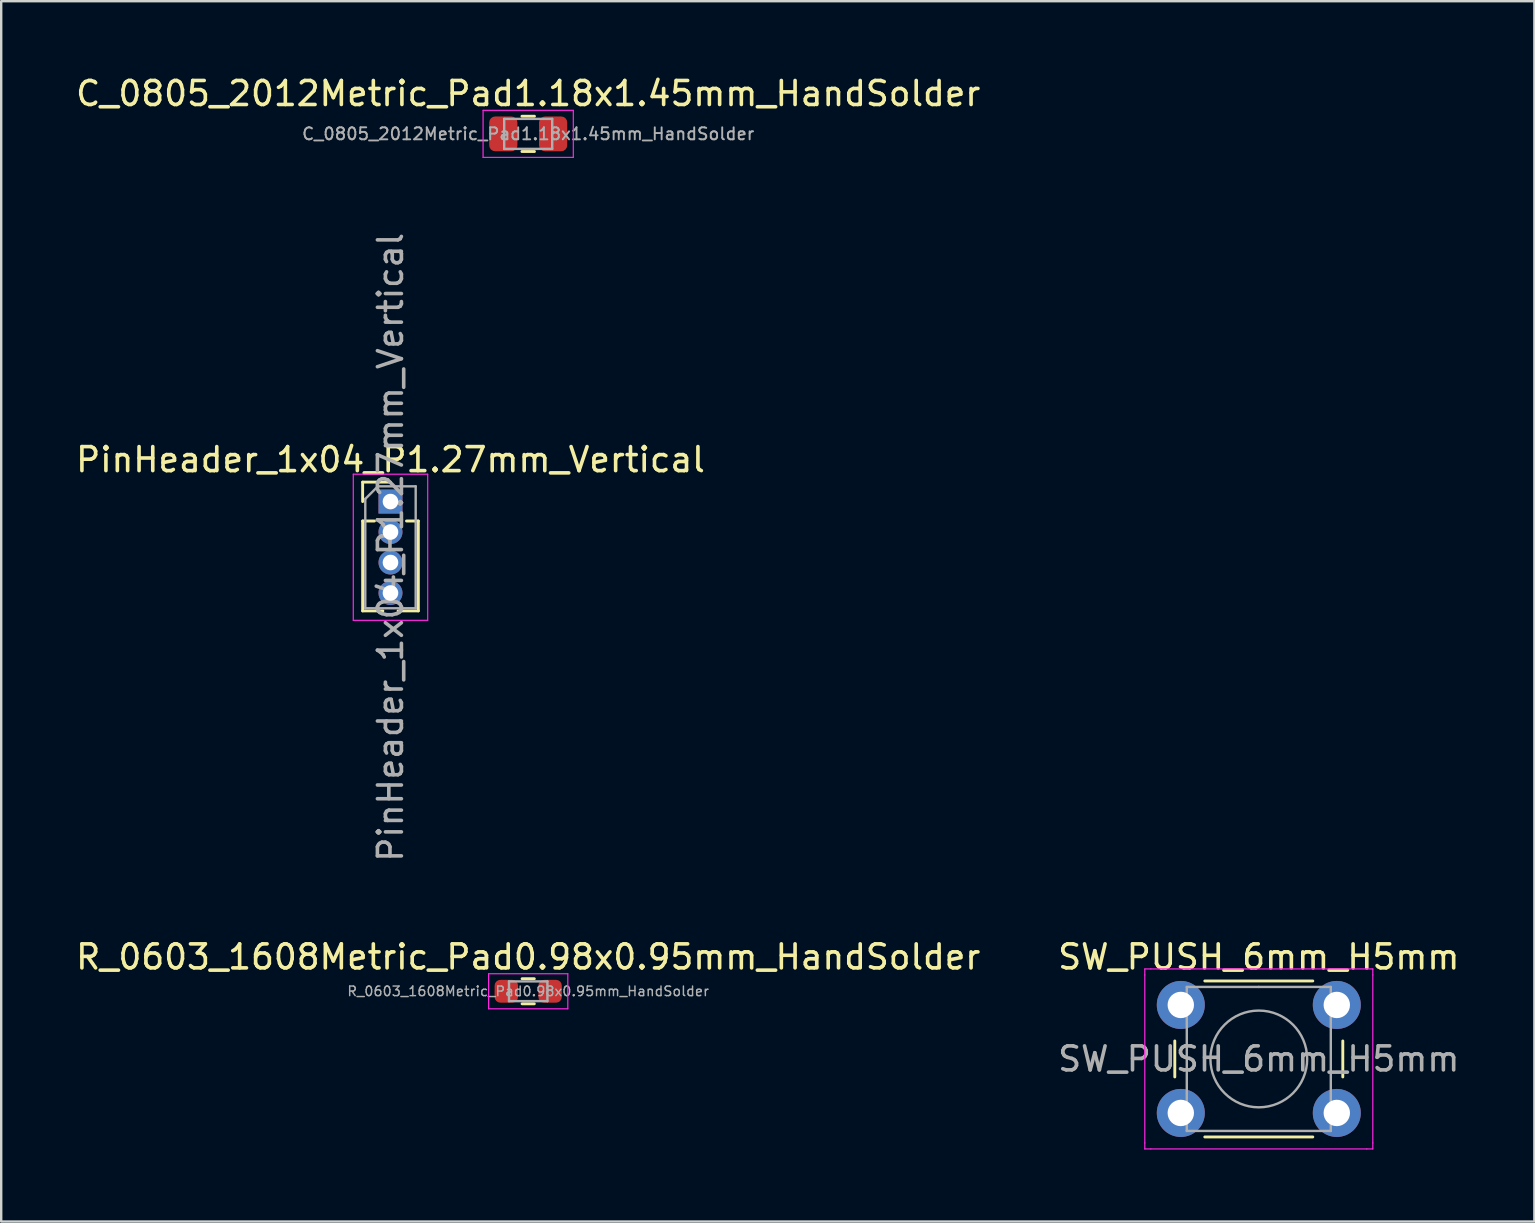
<source format=kicad_pcb>
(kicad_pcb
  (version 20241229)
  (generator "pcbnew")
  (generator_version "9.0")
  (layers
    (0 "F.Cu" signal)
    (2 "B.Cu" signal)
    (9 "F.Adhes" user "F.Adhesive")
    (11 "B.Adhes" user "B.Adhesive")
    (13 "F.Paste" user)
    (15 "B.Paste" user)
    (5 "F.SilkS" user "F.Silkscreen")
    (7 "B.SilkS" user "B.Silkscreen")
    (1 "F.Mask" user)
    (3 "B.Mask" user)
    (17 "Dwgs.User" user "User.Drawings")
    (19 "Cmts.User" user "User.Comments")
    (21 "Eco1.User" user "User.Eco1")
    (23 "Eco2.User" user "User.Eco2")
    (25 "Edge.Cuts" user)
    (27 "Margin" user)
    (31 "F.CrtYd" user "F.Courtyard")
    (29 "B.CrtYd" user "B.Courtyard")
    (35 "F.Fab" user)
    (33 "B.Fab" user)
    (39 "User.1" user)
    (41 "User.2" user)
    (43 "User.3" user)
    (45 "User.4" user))
  (footprint "SW_PUSH_6mm_H5mm"
    (layer "F.Cu")
    (at 46.149 38.822)
    (property "Reference" "SW_PUSH_6mm_H5mm" (at 3.25 -2 0) (layer "F.SilkS") (effects (font (size 1 1) (thickness 0.15))))
    (attr through_hole)
    (fp_line (start -0.25 1.5) (end -0.25 3) (stroke (width 0.12) (type solid)) (layer "F.SilkS"))
    (fp_line (start 1 5.5) (end 5.5 5.5) (stroke (width 0.12) (type solid)) (layer "F.SilkS"))
    (fp_line (start 5.5 -1) (end 1 -1) (stroke (width 0.12) (type solid)) (layer "F.SilkS"))
    (fp_line (start 6.75 3) (end 6.75 1.5) (stroke (width 0.12) (type solid)) (layer "F.SilkS"))
    (fp_line (start -1.5 -1.5) (end -1.25 -1.5) (stroke (width 0.05) (type solid)) (layer "F.CrtYd"))
    (fp_line (start -1.5 -1.25) (end -1.5 -1.5) (stroke (width 0.05) (type solid)) (layer "F.CrtYd"))
    (fp_line (start -1.5 5.75) (end -1.5 -1.25) (stroke (width 0.05) (type solid)) (layer "F.CrtYd"))
    (fp_line (start -1.5 5.75) (end -1.5 6) (stroke (width 0.05) (type solid)) (layer "F.CrtYd"))
    (fp_line (start -1.5 6) (end -1.25 6) (stroke (width 0.05) (type solid)) (layer "F.CrtYd"))
    (fp_line (start -1.25 -1.5) (end 7.75 -1.5) (stroke (width 0.05) (type solid)) (layer "F.CrtYd"))
    (fp_line (start 7.75 -1.5) (end 8 -1.5) (stroke (width 0.05) (type solid)) (layer "F.CrtYd"))
    (fp_line (start 7.75 6) (end -1.25 6) (stroke (width 0.05) (type solid)) (layer "F.CrtYd"))
    (fp_line (start 7.75 6) (end 8 6) (stroke (width 0.05) (type solid)) (layer "F.CrtYd"))
    (fp_line (start 8 -1.5) (end 8 -1.25) (stroke (width 0.05) (type solid)) (layer "F.CrtYd"))
    (fp_line (start 8 -1.25) (end 8 5.75) (stroke (width 0.05) (type solid)) (layer "F.CrtYd"))
    (fp_line (start 8 6) (end 8 5.75) (stroke (width 0.05) (type solid)) (layer "F.CrtYd"))
    (fp_line (start 0.25 -0.75) (end 3.25 -0.75) (stroke (width 0.1) (type solid)) (layer "F.Fab"))
    (fp_line (start 0.25 5.25) (end 0.25 -0.75) (stroke (width 0.1) (type solid)) (layer "F.Fab"))
    (fp_line (start 3.25 -0.75) (end 6.25 -0.75) (stroke (width 0.1) (type solid)) (layer "F.Fab"))
    (fp_line (start 6.25 -0.75) (end 6.25 5.25) (stroke (width 0.1) (type solid)) (layer "F.Fab"))
    (fp_line (start 6.25 5.25) (end 0.25 5.25) (stroke (width 0.1) (type solid)) (layer "F.Fab"))
    (fp_circle (center 3.25 2.25) (end 1.25 2.5) (stroke (width 0.1) (type solid)) (fill no) (layer "F.Fab"))
    (fp_text user "${REFERENCE}" (at 3.25 2.25 0) (layer "F.Fab") (effects (font (size 1 1) (thickness 0.15))))
    (pad "1" thru_hole circle (at 0 0 90) (size 2 2) (drill 1.1) (layers "*.Cu" "*.Mask"))
    (pad "1" thru_hole circle (at 6.5 0 90) (size 2 2) (drill 1.1) (layers "*.Cu" "*.Mask"))
    (pad "2" thru_hole circle (at 0 4.5 90) (size 2 2) (drill 1.1) (layers "*.Cu" "*.Mask"))
    (pad "2" thru_hole circle (at 6.5 4.5 90) (size 2 2) (drill 1.1) (layers "*.Cu" "*.Mask")))
  (footprint "PinHeader_1x04_P1.27mm_Vertical"
    (layer "F.Cu")
    (at 13.22 17.848)
    (property "Reference" "PinHeader_1x04_P1.27mm_Vertical" (at 0 -1.745 0) (layer "F.SilkS") (effects (font (size 1 1) (thickness 0.15))))
    (attr through_hole)
    (fp_line (start -1.16 -0.81) (end 0 -0.81) (stroke (width 0.12) (type solid)) (layer "F.SilkS"))
    (fp_line (start -1.16 0) (end -1.16 -0.81) (stroke (width 0.12) (type solid)) (layer "F.SilkS"))
    (fp_line (start -1.16 0.81) (end -1.16 4.555) (stroke (width 0.12) (type solid)) (layer "F.SilkS"))
    (fp_line (start -1.16 0.81) (end -0.667 0.81) (stroke (width 0.12) (type solid)) (layer "F.SilkS"))
    (fp_line (start -1.16 4.555) (end -0.318 4.555) (stroke (width 0.12) (type solid)) (layer "F.SilkS"))
    (fp_line (start 0.318 4.555) (end 1.16 4.555) (stroke (width 0.12) (type solid)) (layer "F.SilkS"))
    (fp_line (start 0.667 0.81) (end 1.16 0.81) (stroke (width 0.12) (type solid)) (layer "F.SilkS"))
    (fp_line (start 1.16 0.81) (end 1.16 4.555) (stroke (width 0.12) (type solid)) (layer "F.SilkS"))
    (fp_line (start -1.55 -1.14) (end -1.55 4.95) (stroke (width 0.05) (type solid)) (layer "F.CrtYd"))
    (fp_line (start -1.55 4.95) (end 1.55 4.95) (stroke (width 0.05) (type solid)) (layer "F.CrtYd"))
    (fp_line (start 1.55 -1.14) (end -1.55 -1.14) (stroke (width 0.05) (type solid)) (layer "F.CrtYd"))
    (fp_line (start 1.55 4.95) (end 1.55 -1.14) (stroke (width 0.05) (type solid)) (layer "F.CrtYd"))
    (fp_line (start -1.05 -0.11) (end -0.525 -0.635) (stroke (width 0.1) (type solid)) (layer "F.Fab"))
    (fp_line (start -1.05 4.445) (end -1.05 -0.11) (stroke (width 0.1) (type solid)) (layer "F.Fab"))
    (fp_line (start -0.525 -0.635) (end 1.05 -0.635) (stroke (width 0.1) (type solid)) (layer "F.Fab"))
    (fp_line (start 1.05 -0.635) (end 1.05 4.445) (stroke (width 0.1) (type solid)) (layer "F.Fab"))
    (fp_line (start 1.05 4.445) (end -1.05 4.445) (stroke (width 0.1) (type solid)) (layer "F.Fab"))
    (fp_text user "${REFERENCE}" (at 0 1.905 90) (layer "F.Fab") (effects (font (size 1 1) (thickness 0.15))))
    (pad "1" thru_hole rect (at 0 0) (size 1 1) (drill 0.65) (layers "*.Cu" "*.Mask"))
    (pad "2" thru_hole circle (at 0 1.27) (size 1 1) (drill 0.65) (layers "*.Cu" "*.Mask"))
    (pad "3" thru_hole circle (at 0 2.54) (size 1 1) (drill 0.65) (layers "*.Cu" "*.Mask"))
    (pad "4" thru_hole circle (at 0 3.81) (size 1 1) (drill 0.65) (layers "*.Cu" "*.Mask")))
  (footprint "C_0805_2012Metric_Pad1.18x1.45mm_HandSolder"
    (layer "F.Cu")
    (at 18.958 2.528)
    (property "Reference" "C_0805_2012Metric_Pad1.18x1.45mm_HandSolder" (at 0 -1.68 0) (layer "F.SilkS") (effects (font (size 1 1) (thickness 0.15))))
    (attr smd)
    (fp_line (start -0.261 -0.735) (end 0.261 -0.735) (stroke (width 0.12) (type solid)) (layer "F.SilkS"))
    (fp_line (start -0.261 0.735) (end 0.261 0.735) (stroke (width 0.12) (type solid)) (layer "F.SilkS"))
    (fp_line (start -1.88 -0.98) (end 1.88 -0.98) (stroke (width 0.05) (type solid)) (layer "F.CrtYd"))
    (fp_line (start -1.88 0.98) (end -1.88 -0.98) (stroke (width 0.05) (type solid)) (layer "F.CrtYd"))
    (fp_line (start 1.88 -0.98) (end 1.88 0.98) (stroke (width 0.05) (type solid)) (layer "F.CrtYd"))
    (fp_line (start 1.88 0.98) (end -1.88 0.98) (stroke (width 0.05) (type solid)) (layer "F.CrtYd"))
    (fp_line (start -1 -0.625) (end 1 -0.625) (stroke (width 0.1) (type solid)) (layer "F.Fab"))
    (fp_line (start -1 0.625) (end -1 -0.625) (stroke (width 0.1) (type solid)) (layer "F.Fab"))
    (fp_line (start 1 -0.625) (end 1 0.625) (stroke (width 0.1) (type solid)) (layer "F.Fab"))
    (fp_line (start 1 0.625) (end -1 0.625) (stroke (width 0.1) (type solid)) (layer "F.Fab"))
    (fp_text user "${REFERENCE}" (at 0 0 0) (layer "F.Fab") (effects (font (size 0.5 0.5) (thickness 0.08))))
    (pad "1" smd roundrect (at -1.038 0) (size 1.175 1.45) (layers "F.Cu" "F.Mask" "F.Paste") (roundrect_rratio 0.213))
    (pad "2" smd roundrect (at 1.038 0) (size 1.175 1.45) (layers "F.Cu" "F.Mask" "F.Paste") (roundrect_rratio 0.213)))
  (footprint "R_0603_1608Metric_Pad0.98x0.95mm_HandSolder"
    (layer "F.Cu")
    (at 18.958 38.252)
    (property "Reference" "R_0603_1608Metric_Pad0.98x0.95mm_HandSolder" (at 0 -1.43 0) (layer "F.SilkS") (effects (font (size 1 1) (thickness 0.15))))
    (attr smd)
    (fp_line (start -0.255 -0.522) (end 0.255 -0.522) (stroke (width 0.12) (type solid)) (layer "F.SilkS"))
    (fp_line (start -0.255 0.522) (end 0.255 0.522) (stroke (width 0.12) (type solid)) (layer "F.SilkS"))
    (fp_line (start -1.65 -0.73) (end 1.65 -0.73) (stroke (width 0.05) (type solid)) (layer "F.CrtYd"))
    (fp_line (start -1.65 0.73) (end -1.65 -0.73) (stroke (width 0.05) (type solid)) (layer "F.CrtYd"))
    (fp_line (start 1.65 -0.73) (end 1.65 0.73) (stroke (width 0.05) (type solid)) (layer "F.CrtYd"))
    (fp_line (start 1.65 0.73) (end -1.65 0.73) (stroke (width 0.05) (type solid)) (layer "F.CrtYd"))
    (fp_line (start -0.8 -0.412) (end 0.8 -0.412) (stroke (width 0.1) (type solid)) (layer "F.Fab"))
    (fp_line (start -0.8 0.412) (end -0.8 -0.412) (stroke (width 0.1) (type solid)) (layer "F.Fab"))
    (fp_line (start 0.8 -0.412) (end 0.8 0.412) (stroke (width 0.1) (type solid)) (layer "F.Fab"))
    (fp_line (start 0.8 0.412) (end -0.8 0.412) (stroke (width 0.1) (type solid)) (layer "F.Fab"))
    (fp_text user "${REFERENCE}" (at 0 0 0) (layer "F.Fab") (effects (font (size 0.4 0.4) (thickness 0.06))))
    (pad "1" smd roundrect (at -0.912 0) (size 0.975 0.95) (layers "F.Cu" "F.Mask" "F.Paste") (roundrect_rratio 0.25))
    (pad "2" smd roundrect (at 0.912 0) (size 0.975 0.95) (layers "F.Cu" "F.Mask" "F.Paste") (roundrect_rratio 0.25)))
  (gr_rect
    (start -3 -3)
    (end 60.881 47.847)
    (stroke (width 0.1) (type default))
    (fill no)
    (layer "Edge.Cuts")))
</source>
